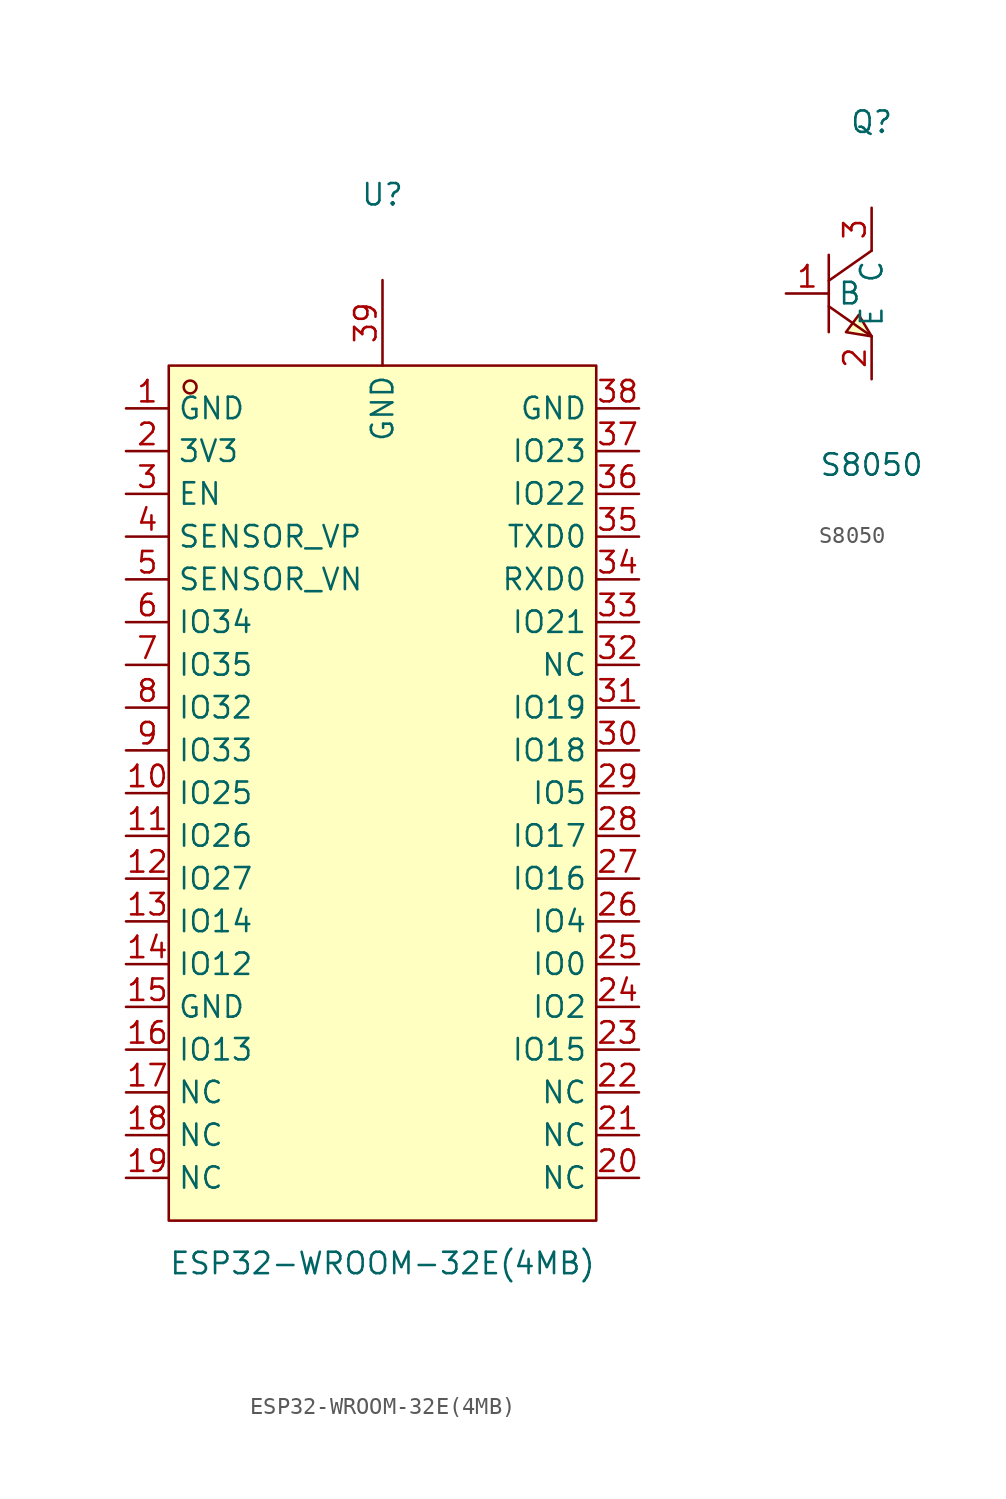
<source format=kicad_sym>
(kicad_symbol_lib
  (version 20211014)
  (generator https://github.com/uPesy/easyeda2kicad.py)
  (symbol "ESP32-WROOM-32E(4MB)"
    (property "Reference" "U"
      (at 0 35.56 0)
      (effects (font (size 1.27 1.27))))
    (property "Value" "ESP32-WROOM-32E(4MB)"
      (at 0 -27.94 0)
      (effects (font (size 1.27 1.27))))
    (symbol "ESP32-WROOM-32E(4MB)_0_1"
      (rectangle (start -12.70 25.40) (end 12.70 -25.40) (stroke (width 0) (type default) (color 0 0 0 0)) (fill (type background)))
      (circle (center -11.43 24.13) (radius 0.38) (stroke (width 0) (type default) (color 0 0 0 0)) (fill (type none)))
      (pin unspecified line (at -15.24 22.86 0) (length 2.54) (name "GND" (effects (font (size 1.27 1.27)))) (number "1" (effects (font (size 1.27 1.27)))))
      (pin unspecified line (at -15.24 20.32 0) (length 2.54) (name "3V3" (effects (font (size 1.27 1.27)))) (number "2" (effects (font (size 1.27 1.27)))))
      (pin unspecified line (at -15.24 17.78 0) (length 2.54) (name "EN" (effects (font (size 1.27 1.27)))) (number "3" (effects (font (size 1.27 1.27)))))
      (pin unspecified line (at -15.24 15.24 0) (length 2.54) (name "SENSOR_VP" (effects (font (size 1.27 1.27)))) (number "4" (effects (font (size 1.27 1.27)))))
      (pin unspecified line (at -15.24 12.70 0) (length 2.54) (name "SENSOR_VN" (effects (font (size 1.27 1.27)))) (number "5" (effects (font (size 1.27 1.27)))))
      (pin unspecified line (at -15.24 10.16 0) (length 2.54) (name "IO34" (effects (font (size 1.27 1.27)))) (number "6" (effects (font (size 1.27 1.27)))))
      (pin unspecified line (at -15.24 7.62 0) (length 2.54) (name "IO35" (effects (font (size 1.27 1.27)))) (number "7" (effects (font (size 1.27 1.27)))))
      (pin unspecified line (at -15.24 5.08 0) (length 2.54) (name "IO32" (effects (font (size 1.27 1.27)))) (number "8" (effects (font (size 1.27 1.27)))))
      (pin unspecified line (at -15.24 2.54 0) (length 2.54) (name "IO33" (effects (font (size 1.27 1.27)))) (number "9" (effects (font (size 1.27 1.27)))))
      (pin unspecified line (at -15.24 -0.00 0) (length 2.54) (name "IO25" (effects (font (size 1.27 1.27)))) (number "10" (effects (font (size 1.27 1.27)))))
      (pin unspecified line (at -15.24 -2.54 0) (length 2.54) (name "IO26" (effects (font (size 1.27 1.27)))) (number "11" (effects (font (size 1.27 1.27)))))
      (pin unspecified line (at -15.24 -5.08 0) (length 2.54) (name "IO27" (effects (font (size 1.27 1.27)))) (number "12" (effects (font (size 1.27 1.27)))))
      (pin unspecified line (at -15.24 -7.62 0) (length 2.54) (name "IO14" (effects (font (size 1.27 1.27)))) (number "13" (effects (font (size 1.27 1.27)))))
      (pin unspecified line (at -15.24 -10.16 0) (length 2.54) (name "IO12" (effects (font (size 1.27 1.27)))) (number "14" (effects (font (size 1.27 1.27)))))
      (pin unspecified line (at -15.24 -12.70 0) (length 2.54) (name "GND" (effects (font (size 1.27 1.27)))) (number "15" (effects (font (size 1.27 1.27)))))
      (pin unspecified line (at -15.24 -15.24 0) (length 2.54) (name "IO13" (effects (font (size 1.27 1.27)))) (number "16" (effects (font (size 1.27 1.27)))))
      (pin unspecified line (at -15.24 -17.78 0) (length 2.54) (name "NC" (effects (font (size 1.27 1.27)))) (number "17" (effects (font (size 1.27 1.27)))))
      (pin unspecified line (at -15.24 -20.32 0) (length 2.54) (name "NC" (effects (font (size 1.27 1.27)))) (number "18" (effects (font (size 1.27 1.27)))))
      (pin unspecified line (at -15.24 -22.86 0) (length 2.54) (name "NC" (effects (font (size 1.27 1.27)))) (number "19" (effects (font (size 1.27 1.27)))))
      (pin unspecified line (at 15.24 -22.86 180) (length 2.54) (name "NC" (effects (font (size 1.27 1.27)))) (number "20" (effects (font (size 1.27 1.27)))))
      (pin unspecified line (at 15.24 -20.32 180) (length 2.54) (name "NC" (effects (font (size 1.27 1.27)))) (number "21" (effects (font (size 1.27 1.27)))))
      (pin unspecified line (at 15.24 -17.78 180) (length 2.54) (name "NC" (effects (font (size 1.27 1.27)))) (number "22" (effects (font (size 1.27 1.27)))))
      (pin unspecified line (at 15.24 -15.24 180) (length 2.54) (name "IO15" (effects (font (size 1.27 1.27)))) (number "23" (effects (font (size 1.27 1.27)))))
      (pin unspecified line (at 15.24 -12.70 180) (length 2.54) (name "IO2" (effects (font (size 1.27 1.27)))) (number "24" (effects (font (size 1.27 1.27)))))
      (pin unspecified line (at 15.24 -10.16 180) (length 2.54) (name "IO0" (effects (font (size 1.27 1.27)))) (number "25" (effects (font (size 1.27 1.27)))))
      (pin unspecified line (at 15.24 -7.62 180) (length 2.54) (name "IO4" (effects (font (size 1.27 1.27)))) (number "26" (effects (font (size 1.27 1.27)))))
      (pin unspecified line (at 15.24 -5.08 180) (length 2.54) (name "IO16" (effects (font (size 1.27 1.27)))) (number "27" (effects (font (size 1.27 1.27)))))
      (pin unspecified line (at 15.24 -2.54 180) (length 2.54) (name "IO17" (effects (font (size 1.27 1.27)))) (number "28" (effects (font (size 1.27 1.27)))))
      (pin unspecified line (at 15.24 -0.00 180) (length 2.54) (name "IO5" (effects (font (size 1.27 1.27)))) (number "29" (effects (font (size 1.27 1.27)))))
      (pin unspecified line (at 15.24 2.54 180) (length 2.54) (name "IO18" (effects (font (size 1.27 1.27)))) (number "30" (effects (font (size 1.27 1.27)))))
      (pin unspecified line (at 15.24 5.08 180) (length 2.54) (name "IO19" (effects (font (size 1.27 1.27)))) (number "31" (effects (font (size 1.27 1.27)))))
      (pin unspecified line (at 15.24 7.62 180) (length 2.54) (name "NC" (effects (font (size 1.27 1.27)))) (number "32" (effects (font (size 1.27 1.27)))))
      (pin unspecified line (at 15.24 10.16 180) (length 2.54) (name "IO21" (effects (font (size 1.27 1.27)))) (number "33" (effects (font (size 1.27 1.27)))))
      (pin unspecified line (at 15.24 12.70 180) (length 2.54) (name "RXD0" (effects (font (size 1.27 1.27)))) (number "34" (effects (font (size 1.27 1.27)))))
      (pin unspecified line (at 15.24 15.24 180) (length 2.54) (name "TXD0" (effects (font (size 1.27 1.27)))) (number "35" (effects (font (size 1.27 1.27)))))
      (pin unspecified line (at 15.24 17.78 180) (length 2.54) (name "IO22" (effects (font (size 1.27 1.27)))) (number "36" (effects (font (size 1.27 1.27)))))
      (pin unspecified line (at 15.24 20.32 180) (length 2.54) (name "IO23" (effects (font (size 1.27 1.27)))) (number "37" (effects (font (size 1.27 1.27)))))
      (pin unspecified line (at 15.24 22.86 180) (length 2.54) (name "GND" (effects (font (size 1.27 1.27)))) (number "38" (effects (font (size 1.27 1.27)))))
      (pin unspecified line (at 0.00 30.48 270) (length 5.08) (name "GND" (effects (font (size 1.27 1.27)))) (number "39" (effects (font (size 1.27 1.27)))))))
  (symbol "S8050"
    (property "Reference" "Q"
      (at 0 10.16 0)
      (effects (font (size 1.27 1.27))))
    (property "Value" "S8050"
      (at 0 -10.16 0)
      (effects (font (size 1.27 1.27))))
    (symbol "S8050_0_1"
      (polyline (pts (xy 0.00 2.54) (xy -2.54 0.76)) (stroke (width 0) (type default) (color 0 0 0 0)) (fill (type none)))
      (polyline (pts (xy -2.54 -0.76) (xy 0.00 -2.54)) (stroke (width 0) (type default) (color 0 0 0 0)) (fill (type none)))
      (polyline (pts (xy -2.54 2.29) (xy -2.54 -2.29)) (stroke (width 0) (type default) (color 0 0 0 0)) (fill (type none)))
      (polyline (pts (xy 0.00 -2.54) (xy -0.76 -1.27) (xy -1.52 -2.29) (xy 0.00 -2.54)) (stroke (width 0) (type default) (color 0 0 0 0)) (fill (type background)))
      (pin input line (at -5.08 -0.00 0) (length 2.54) (name "B" (effects (font (size 1.27 1.27)))) (number "1" (effects (font (size 1.27 1.27)))))
      (pin input line (at 0.00 5.08 270) (length 2.54) (name "C" (effects (font (size 1.27 1.27)))) (number "3" (effects (font (size 1.27 1.27)))))
      (pin input line (at 0.00 -5.08 90) (length 2.54) (name "E" (effects (font (size 1.27 1.27)))) (number "2" (effects (font (size 1.27 1.27))))))))
</source>
